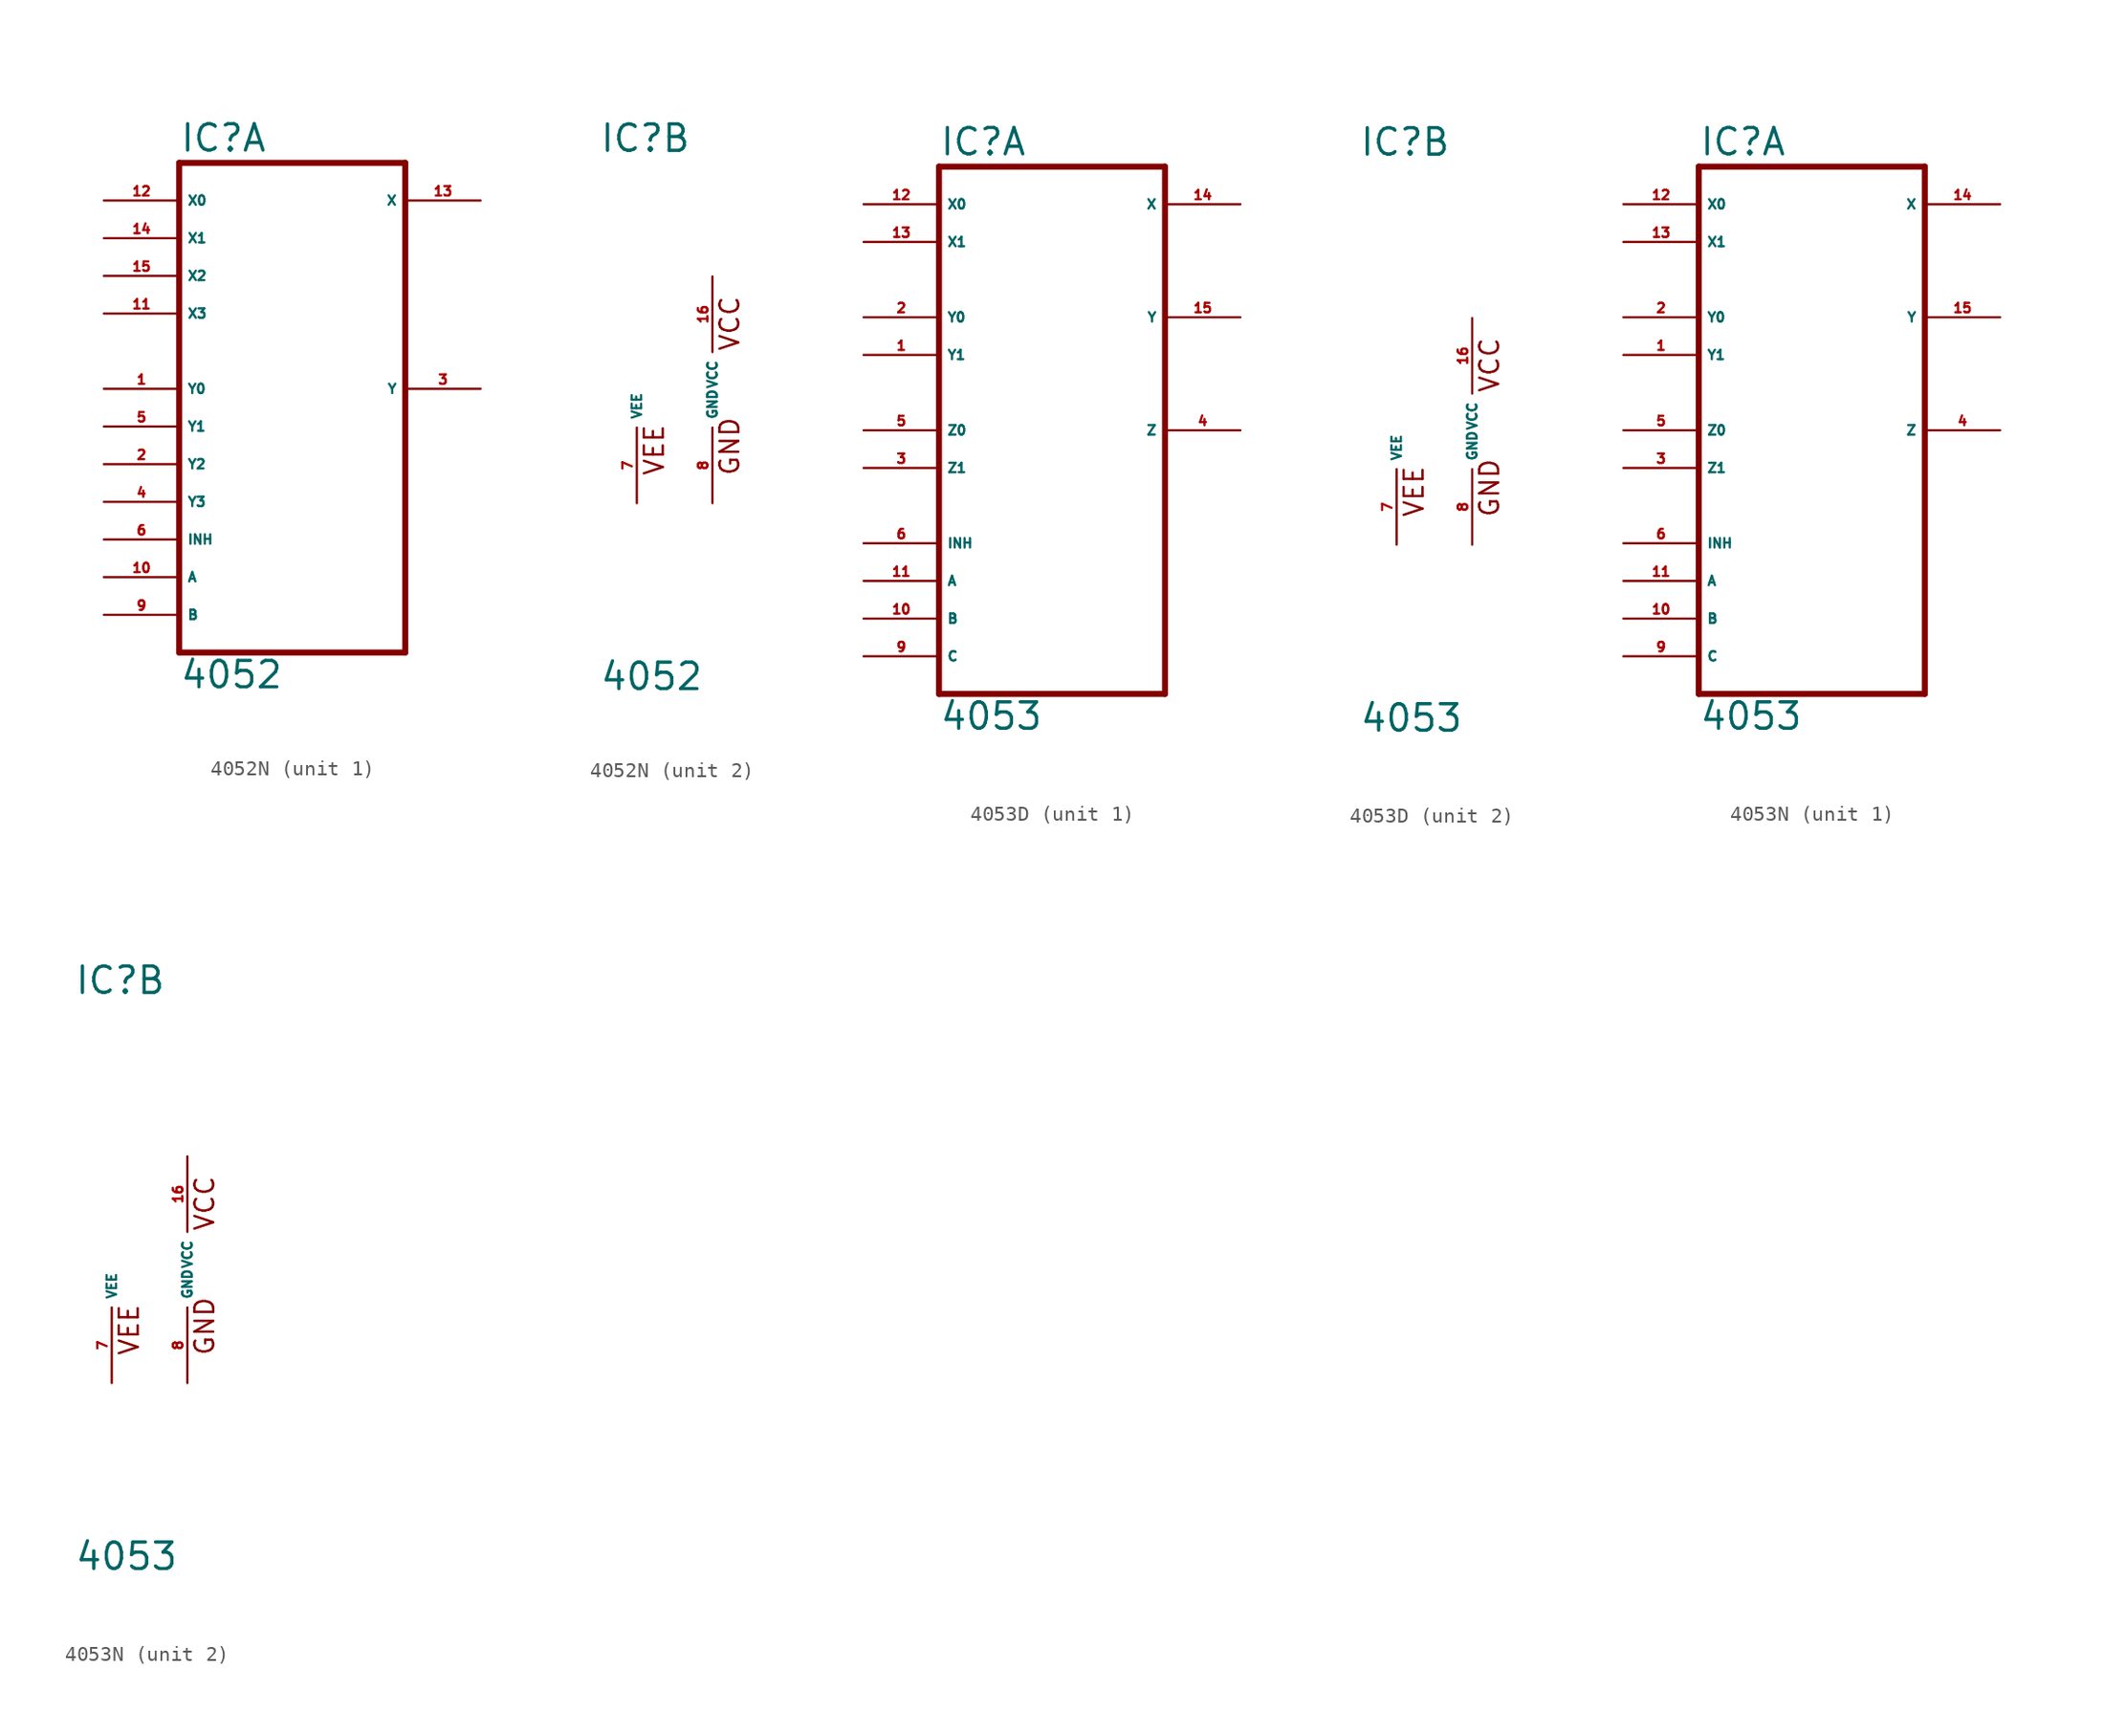
<source format=kicad_sym>
(kicad_symbol_lib
  (version 20220914)
  (generator Eagle2Kicad)
  (symbol "4052N"
    (property "Reference" "IC"
      (at -7.62 15.875 0)
      (effects (font (size 1.778 1.778) (thickness 0.22)) (justify left bottom)))
    (property "Value" "4052"
      (at -7.62 -20.32 0)
      (effects (font (size 1.778 1.778) (thickness 0.22)) (justify left bottom)))
    (symbol "4052N_1_0"
      (polyline (pts (xy -7.62 -17.78) (xy 7.62 -17.78)) (stroke (width 0.406) (type default)) (fill (type none)))
      (polyline (pts (xy 7.62 -17.78) (xy 7.62 15.24)) (stroke (width 0.406) (type default)) (fill (type none)))
      (polyline (pts (xy 7.62 15.24) (xy -7.62 15.24)) (stroke (width 0.406) (type default)) (fill (type none)))
      (polyline (pts (xy -7.62 15.24) (xy -7.62 -17.78)) (stroke (width 0.406) (type default)) (fill (type none)))
      (pin bidirectional line (at -12.7 0 0) (length 5.08) (name "Y0" (effects (font (size 0.635 0.635) (thickness 0.08)) (justify left bottom))) (number "1" (effects (font (size 0.635 0.635) (thickness 0.08)) (justify left bottom))))
      (pin bidirectional line (at -12.7 -5.08 0) (length 5.08) (name "Y2" (effects (font (size 0.635 0.635) (thickness 0.08)) (justify left bottom))) (number "2" (effects (font (size 0.635 0.635) (thickness 0.08)) (justify left bottom))))
      (pin bidirectional line (at 12.7 0 180) (length 5.08) (name "Y" (effects (font (size 0.635 0.635) (thickness 0.08)) (justify left bottom))) (number "3" (effects (font (size 0.635 0.635) (thickness 0.08)) (justify left bottom))))
      (pin bidirectional line (at -12.7 -7.62 0) (length 5.08) (name "Y3" (effects (font (size 0.635 0.635) (thickness 0.08)) (justify left bottom))) (number "4" (effects (font (size 0.635 0.635) (thickness 0.08)) (justify left bottom))))
      (pin bidirectional line (at -12.7 -2.54 0) (length 5.08) (name "Y1" (effects (font (size 0.635 0.635) (thickness 0.08)) (justify left bottom))) (number "5" (effects (font (size 0.635 0.635) (thickness 0.08)) (justify left bottom))))
      (pin input line (at -12.7 -10.16 0) (length 5.08) (name "INH" (effects (font (size 0.635 0.635) (thickness 0.08)) (justify left bottom))) (number "6" (effects (font (size 0.635 0.635) (thickness 0.08)) (justify left bottom))))
      (pin input line (at -12.7 -15.24 0) (length 5.08) (name "B" (effects (font (size 0.635 0.635) (thickness 0.08)) (justify left bottom))) (number "9" (effects (font (size 0.635 0.635) (thickness 0.08)) (justify left bottom))))
      (pin input line (at -12.7 -12.7 0) (length 5.08) (name "A" (effects (font (size 0.635 0.635) (thickness 0.08)) (justify left bottom))) (number "10" (effects (font (size 0.635 0.635) (thickness 0.08)) (justify left bottom))))
      (pin bidirectional line (at -12.7 5.08 0) (length 5.08) (name "X3" (effects (font (size 0.635 0.635) (thickness 0.08)) (justify left bottom))) (number "11" (effects (font (size 0.635 0.635) (thickness 0.08)) (justify left bottom))))
      (pin bidirectional line (at -12.7 12.7 0) (length 5.08) (name "X0" (effects (font (size 0.635 0.635) (thickness 0.08)) (justify left bottom))) (number "12" (effects (font (size 0.635 0.635) (thickness 0.08)) (justify left bottom))))
      (pin bidirectional line (at 12.7 12.7 180) (length 5.08) (name "X" (effects (font (size 0.635 0.635) (thickness 0.08)) (justify left bottom))) (number "13" (effects (font (size 0.635 0.635) (thickness 0.08)) (justify left bottom))))
      (pin bidirectional line (at -12.7 10.16 0) (length 5.08) (name "X1" (effects (font (size 0.635 0.635) (thickness 0.08)) (justify left bottom))) (number "14" (effects (font (size 0.635 0.635) (thickness 0.08)) (justify left bottom))))
      (pin bidirectional line (at -12.7 7.62 0) (length 5.08) (name "X2" (effects (font (size 0.635 0.635) (thickness 0.08)) (justify left bottom))) (number "15" (effects (font (size 0.635 0.635) (thickness 0.08)) (justify left bottom)))))
    (symbol "4052N_2_0"
      (text "VEE" (at -3.175 -5.842 900) (effects (font (size 1.27 1.27) (thickness 0.16)) (justify left bottom)))
      (text "GND" (at 1.905 -5.842 900) (effects (font (size 1.27 1.27) (thickness 0.16)) (justify left bottom)))
      (text "VCC" (at 1.905 2.54 900) (effects (font (size 1.27 1.27) (thickness 0.16)) (justify left bottom)))
      (pin unspecified line (at -5.08 -7.62 90) (length 5.08) (name "VEE" (effects (font (size 0.635 0.635) (thickness 0.08)) (justify left bottom))) (number "7" (effects (font (size 0.635 0.635) (thickness 0.08)) (justify left bottom))))
      (pin unspecified line (at 0 -7.62 90) (length 5.08) (name "GND" (effects (font (size 0.635 0.635) (thickness 0.08)) (justify left bottom))) (number "8" (effects (font (size 0.635 0.635) (thickness 0.08)) (justify left bottom))))
      (pin unspecified line (at 0 7.62 270) (length 5.08) (name "VCC" (effects (font (size 0.635 0.635) (thickness 0.08)) (justify left bottom))) (number "16" (effects (font (size 0.635 0.635) (thickness 0.08)) (justify left bottom))))))
  (symbol "4053D"
    (property "Reference" "IC"
      (at -7.62 18.415 0)
      (effects (font (size 1.778 1.778) (thickness 0.22)) (justify left bottom)))
    (property "Value" "4053"
      (at -7.62 -20.32 0)
      (effects (font (size 1.778 1.778) (thickness 0.22)) (justify left bottom)))
    (symbol "4053D_1_0"
      (polyline (pts (xy -7.62 -17.78) (xy 7.62 -17.78)) (stroke (width 0.406) (type default)) (fill (type none)))
      (polyline (pts (xy 7.62 -17.78) (xy 7.62 17.78)) (stroke (width 0.406) (type default)) (fill (type none)))
      (polyline (pts (xy 7.62 17.78) (xy -7.62 17.78)) (stroke (width 0.406) (type default)) (fill (type none)))
      (polyline (pts (xy -7.62 17.78) (xy -7.62 -17.78)) (stroke (width 0.406) (type default)) (fill (type none)))
      (pin bidirectional line (at -12.7 5.08 0) (length 5.08) (name "Y1" (effects (font (size 0.635 0.635) (thickness 0.08)) (justify left bottom))) (number "1" (effects (font (size 0.635 0.635) (thickness 0.08)) (justify left bottom))))
      (pin bidirectional line (at -12.7 7.62 0) (length 5.08) (name "Y0" (effects (font (size 0.635 0.635) (thickness 0.08)) (justify left bottom))) (number "2" (effects (font (size 0.635 0.635) (thickness 0.08)) (justify left bottom))))
      (pin bidirectional line (at -12.7 -2.54 0) (length 5.08) (name "Z1" (effects (font (size 0.635 0.635) (thickness 0.08)) (justify left bottom))) (number "3" (effects (font (size 0.635 0.635) (thickness 0.08)) (justify left bottom))))
      (pin bidirectional line (at 12.7 0 180) (length 5.08) (name "Z" (effects (font (size 0.635 0.635) (thickness 0.08)) (justify left bottom))) (number "4" (effects (font (size 0.635 0.635) (thickness 0.08)) (justify left bottom))))
      (pin bidirectional line (at -12.7 0 0) (length 5.08) (name "Z0" (effects (font (size 0.635 0.635) (thickness 0.08)) (justify left bottom))) (number "5" (effects (font (size 0.635 0.635) (thickness 0.08)) (justify left bottom))))
      (pin input line (at -12.7 -7.62 0) (length 5.08) (name "INH" (effects (font (size 0.635 0.635) (thickness 0.08)) (justify left bottom))) (number "6" (effects (font (size 0.635 0.635) (thickness 0.08)) (justify left bottom))))
      (pin input line (at -12.7 -15.24 0) (length 5.08) (name "C" (effects (font (size 0.635 0.635) (thickness 0.08)) (justify left bottom))) (number "9" (effects (font (size 0.635 0.635) (thickness 0.08)) (justify left bottom))))
      (pin input line (at -12.7 -12.7 0) (length 5.08) (name "B" (effects (font (size 0.635 0.635) (thickness 0.08)) (justify left bottom))) (number "10" (effects (font (size 0.635 0.635) (thickness 0.08)) (justify left bottom))))
      (pin input line (at -12.7 -10.16 0) (length 5.08) (name "A" (effects (font (size 0.635 0.635) (thickness 0.08)) (justify left bottom))) (number "11" (effects (font (size 0.635 0.635) (thickness 0.08)) (justify left bottom))))
      (pin bidirectional line (at -12.7 15.24 0) (length 5.08) (name "X0" (effects (font (size 0.635 0.635) (thickness 0.08)) (justify left bottom))) (number "12" (effects (font (size 0.635 0.635) (thickness 0.08)) (justify left bottom))))
      (pin bidirectional line (at -12.7 12.7 0) (length 5.08) (name "X1" (effects (font (size 0.635 0.635) (thickness 0.08)) (justify left bottom))) (number "13" (effects (font (size 0.635 0.635) (thickness 0.08)) (justify left bottom))))
      (pin bidirectional line (at 12.7 15.24 180) (length 5.08) (name "X" (effects (font (size 0.635 0.635) (thickness 0.08)) (justify left bottom))) (number "14" (effects (font (size 0.635 0.635) (thickness 0.08)) (justify left bottom))))
      (pin bidirectional line (at 12.7 7.62 180) (length 5.08) (name "Y" (effects (font (size 0.635 0.635) (thickness 0.08)) (justify left bottom))) (number "15" (effects (font (size 0.635 0.635) (thickness 0.08)) (justify left bottom)))))
    (symbol "4053D_2_0"
      (text "VEE" (at -3.175 -5.842 900) (effects (font (size 1.27 1.27) (thickness 0.16)) (justify left bottom)))
      (text "GND" (at 1.905 -5.842 900) (effects (font (size 1.27 1.27) (thickness 0.16)) (justify left bottom)))
      (text "VCC" (at 1.905 2.54 900) (effects (font (size 1.27 1.27) (thickness 0.16)) (justify left bottom)))
      (pin unspecified line (at -5.08 -7.62 90) (length 5.08) (name "VEE" (effects (font (size 0.635 0.635) (thickness 0.08)) (justify left bottom))) (number "7" (effects (font (size 0.635 0.635) (thickness 0.08)) (justify left bottom))))
      (pin unspecified line (at 0 -7.62 90) (length 5.08) (name "GND" (effects (font (size 0.635 0.635) (thickness 0.08)) (justify left bottom))) (number "8" (effects (font (size 0.635 0.635) (thickness 0.08)) (justify left bottom))))
      (pin unspecified line (at 0 7.62 270) (length 5.08) (name "VCC" (effects (font (size 0.635 0.635) (thickness 0.08)) (justify left bottom))) (number "16" (effects (font (size 0.635 0.635) (thickness 0.08)) (justify left bottom))))))
  (symbol "4053N"
    (property "Reference" "IC"
      (at -7.62 18.415 0)
      (effects (font (size 1.778 1.778) (thickness 0.22)) (justify left bottom)))
    (property "Value" "4053"
      (at -7.62 -20.32 0)
      (effects (font (size 1.778 1.778) (thickness 0.22)) (justify left bottom)))
    (symbol "4053N_1_0"
      (polyline (pts (xy -7.62 -17.78) (xy 7.62 -17.78)) (stroke (width 0.406) (type default)) (fill (type none)))
      (polyline (pts (xy 7.62 -17.78) (xy 7.62 17.78)) (stroke (width 0.406) (type default)) (fill (type none)))
      (polyline (pts (xy 7.62 17.78) (xy -7.62 17.78)) (stroke (width 0.406) (type default)) (fill (type none)))
      (polyline (pts (xy -7.62 17.78) (xy -7.62 -17.78)) (stroke (width 0.406) (type default)) (fill (type none)))
      (pin bidirectional line (at -12.7 5.08 0) (length 5.08) (name "Y1" (effects (font (size 0.635 0.635) (thickness 0.08)) (justify left bottom))) (number "1" (effects (font (size 0.635 0.635) (thickness 0.08)) (justify left bottom))))
      (pin bidirectional line (at -12.7 7.62 0) (length 5.08) (name "Y0" (effects (font (size 0.635 0.635) (thickness 0.08)) (justify left bottom))) (number "2" (effects (font (size 0.635 0.635) (thickness 0.08)) (justify left bottom))))
      (pin bidirectional line (at -12.7 -2.54 0) (length 5.08) (name "Z1" (effects (font (size 0.635 0.635) (thickness 0.08)) (justify left bottom))) (number "3" (effects (font (size 0.635 0.635) (thickness 0.08)) (justify left bottom))))
      (pin bidirectional line (at 12.7 0 180) (length 5.08) (name "Z" (effects (font (size 0.635 0.635) (thickness 0.08)) (justify left bottom))) (number "4" (effects (font (size 0.635 0.635) (thickness 0.08)) (justify left bottom))))
      (pin bidirectional line (at -12.7 0 0) (length 5.08) (name "Z0" (effects (font (size 0.635 0.635) (thickness 0.08)) (justify left bottom))) (number "5" (effects (font (size 0.635 0.635) (thickness 0.08)) (justify left bottom))))
      (pin input line (at -12.7 -7.62 0) (length 5.08) (name "INH" (effects (font (size 0.635 0.635) (thickness 0.08)) (justify left bottom))) (number "6" (effects (font (size 0.635 0.635) (thickness 0.08)) (justify left bottom))))
      (pin input line (at -12.7 -15.24 0) (length 5.08) (name "C" (effects (font (size 0.635 0.635) (thickness 0.08)) (justify left bottom))) (number "9" (effects (font (size 0.635 0.635) (thickness 0.08)) (justify left bottom))))
      (pin input line (at -12.7 -12.7 0) (length 5.08) (name "B" (effects (font (size 0.635 0.635) (thickness 0.08)) (justify left bottom))) (number "10" (effects (font (size 0.635 0.635) (thickness 0.08)) (justify left bottom))))
      (pin input line (at -12.7 -10.16 0) (length 5.08) (name "A" (effects (font (size 0.635 0.635) (thickness 0.08)) (justify left bottom))) (number "11" (effects (font (size 0.635 0.635) (thickness 0.08)) (justify left bottom))))
      (pin bidirectional line (at -12.7 15.24 0) (length 5.08) (name "X0" (effects (font (size 0.635 0.635) (thickness 0.08)) (justify left bottom))) (number "12" (effects (font (size 0.635 0.635) (thickness 0.08)) (justify left bottom))))
      (pin bidirectional line (at -12.7 12.7 0) (length 5.08) (name "X1" (effects (font (size 0.635 0.635) (thickness 0.08)) (justify left bottom))) (number "13" (effects (font (size 0.635 0.635) (thickness 0.08)) (justify left bottom))))
      (pin bidirectional line (at 12.7 15.24 180) (length 5.08) (name "X" (effects (font (size 0.635 0.635) (thickness 0.08)) (justify left bottom))) (number "14" (effects (font (size 0.635 0.635) (thickness 0.08)) (justify left bottom))))
      (pin bidirectional line (at 12.7 7.62 180) (length 5.08) (name "Y" (effects (font (size 0.635 0.635) (thickness 0.08)) (justify left bottom))) (number "15" (effects (font (size 0.635 0.635) (thickness 0.08)) (justify left bottom)))))
    (symbol "4053N_2_0"
      (text "VEE" (at -3.175 -5.842 900) (effects (font (size 1.27 1.27) (thickness 0.16)) (justify left bottom)))
      (text "GND" (at 1.905 -5.842 900) (effects (font (size 1.27 1.27) (thickness 0.16)) (justify left bottom)))
      (text "VCC" (at 1.905 2.54 900) (effects (font (size 1.27 1.27) (thickness 0.16)) (justify left bottom)))
      (pin unspecified line (at -5.08 -7.62 90) (length 5.08) (name "VEE" (effects (font (size 0.635 0.635) (thickness 0.08)) (justify left bottom))) (number "7" (effects (font (size 0.635 0.635) (thickness 0.08)) (justify left bottom))))
      (pin unspecified line (at 0 -7.62 90) (length 5.08) (name "GND" (effects (font (size 0.635 0.635) (thickness 0.08)) (justify left bottom))) (number "8" (effects (font (size 0.635 0.635) (thickness 0.08)) (justify left bottom))))
      (pin unspecified line (at 0 7.62 270) (length 5.08) (name "VCC" (effects (font (size 0.635 0.635) (thickness 0.08)) (justify left bottom))) (number "16" (effects (font (size 0.635 0.635) (thickness 0.08)) (justify left bottom)))))))
</source>
